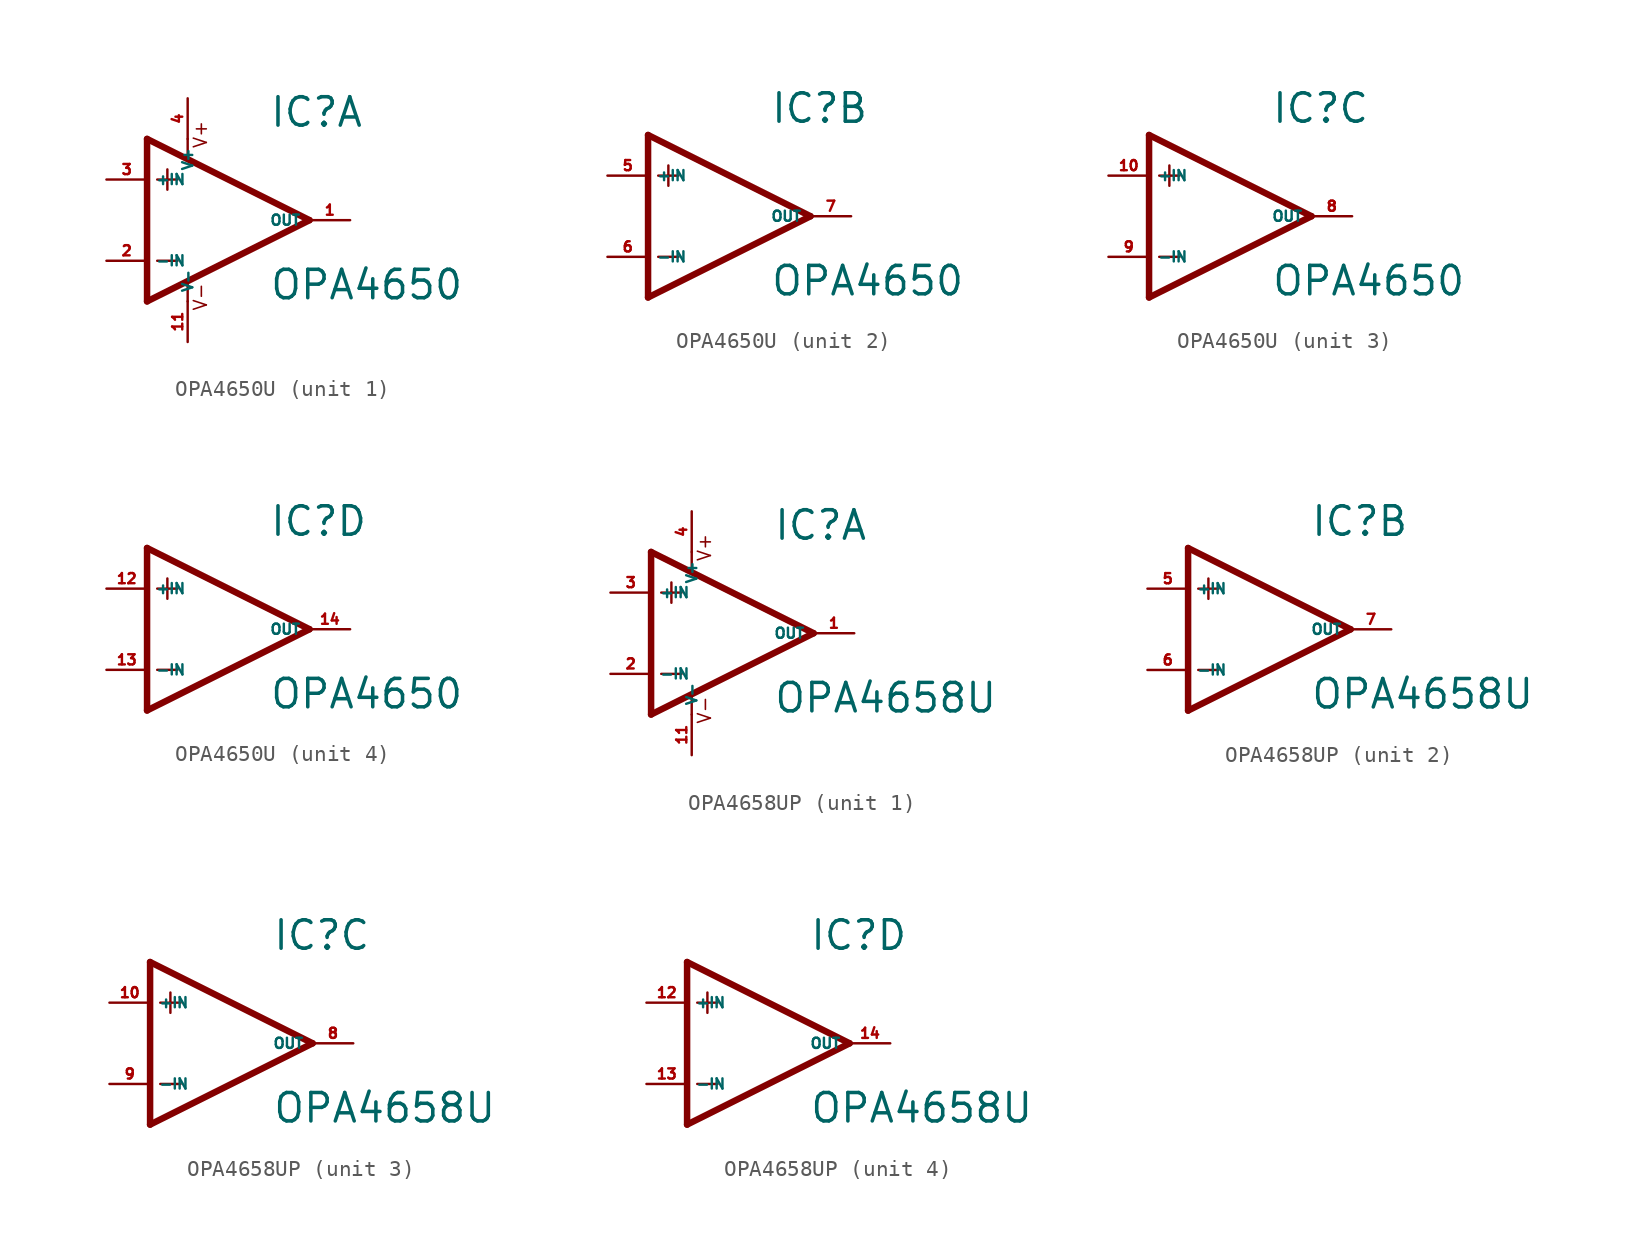
<source format=kicad_sym>
(kicad_symbol_lib
  (version 20220914)
  (generator Eagle2Kicad)
  (symbol "OPA4650U"
    (property "Reference" "IC"
      (at 2.54 5.715 0)
      (effects (font (size 1.778 1.778) (thickness 0.22)) (justify left bottom)))
    (property "Value" "OPA4650"
      (at 2.54 -5.08 0)
      (effects (font (size 1.778 1.778) (thickness 0.22)) (justify left bottom)))
    (symbol "OPA4650U_1_0"
      (polyline (pts (xy -3.81 3.175) (xy -3.81 1.905)) (stroke (width 0.152) (type default)) (fill (type none)))
      (polyline (pts (xy -4.445 2.54) (xy -3.175 2.54)) (stroke (width 0.152) (type default)) (fill (type none)))
      (polyline (pts (xy -4.445 -2.54) (xy -3.175 -2.54)) (stroke (width 0.152) (type default)) (fill (type none)))
      (polyline (pts (xy -2.54 5.08) (xy -2.54 3.886)) (stroke (width 0.152) (type default)) (fill (type none)))
      (polyline (pts (xy -2.54 -3.912) (xy -2.54 -5.08)) (stroke (width 0.152) (type default)) (fill (type none)))
      (polyline (pts (xy 5.08 0) (xy -5.08 5.08)) (stroke (width 0.406) (type default)) (fill (type none)))
      (polyline (pts (xy -5.08 5.08) (xy -5.08 -5.08)) (stroke (width 0.406) (type default)) (fill (type none)))
      (polyline (pts (xy -5.08 -5.08) (xy 5.08 0)) (stroke (width 0.406) (type default)) (fill (type none)))
      (text "V+" (at -1.27 4.445 900) (effects (font (size 0.813 0.813) (thickness 0.10)) (justify left bottom)))
      (text "V-" (at -1.27 -5.715 900) (effects (font (size 0.813 0.813) (thickness 0.10)) (justify left bottom)))
      (pin input line (at -7.62 -2.54 0) (length 2.54) (name "-IN" (effects (font (size 0.635 0.635) (thickness 0.08)) (justify left bottom))) (number "2" (effects (font (size 0.635 0.635) (thickness 0.08)) (justify left bottom))))
      (pin input line (at -7.62 2.54 0) (length 2.54) (name "+IN" (effects (font (size 0.635 0.635) (thickness 0.08)) (justify left bottom))) (number "3" (effects (font (size 0.635 0.635) (thickness 0.08)) (justify left bottom))))
      (pin output line (at 7.62 0 180) (length 2.54) (name "OUT" (effects (font (size 0.635 0.635) (thickness 0.08)) (justify left bottom))) (number "1" (effects (font (size 0.635 0.635) (thickness 0.08)) (justify left bottom))))
      (pin unspecified line (at -2.54 7.62 270) (length 2.54) (name "V+" (effects (font (size 0.635 0.635) (thickness 0.08)) (justify left bottom))) (number "4" (effects (font (size 0.635 0.635) (thickness 0.08)) (justify left bottom))))
      (pin unspecified line (at -2.54 -7.62 90) (length 2.54) (name "V-" (effects (font (size 0.635 0.635) (thickness 0.08)) (justify left bottom))) (number "11" (effects (font (size 0.635 0.635) (thickness 0.08)) (justify left bottom)))))
    (symbol "OPA4650U_2_0"
      (polyline (pts (xy -3.81 3.175) (xy -3.81 1.905)) (stroke (width 0.152) (type default)) (fill (type none)))
      (polyline (pts (xy -4.445 2.54) (xy -3.175 2.54)) (stroke (width 0.152) (type default)) (fill (type none)))
      (polyline (pts (xy -4.445 -2.54) (xy -3.175 -2.54)) (stroke (width 0.152) (type default)) (fill (type none)))
      (polyline (pts (xy 5.08 0) (xy -5.08 5.08)) (stroke (width 0.406) (type default)) (fill (type none)))
      (polyline (pts (xy -5.08 5.08) (xy -5.08 -5.08)) (stroke (width 0.406) (type default)) (fill (type none)))
      (polyline (pts (xy -5.08 -5.08) (xy 5.08 0)) (stroke (width 0.406) (type default)) (fill (type none)))
      (pin input line (at -7.62 -2.54 0) (length 2.54) (name "-IN" (effects (font (size 0.635 0.635) (thickness 0.08)) (justify left bottom))) (number "6" (effects (font (size 0.635 0.635) (thickness 0.08)) (justify left bottom))))
      (pin input line (at -7.62 2.54 0) (length 2.54) (name "+IN" (effects (font (size 0.635 0.635) (thickness 0.08)) (justify left bottom))) (number "5" (effects (font (size 0.635 0.635) (thickness 0.08)) (justify left bottom))))
      (pin output line (at 7.62 0 180) (length 2.54) (name "OUT" (effects (font (size 0.635 0.635) (thickness 0.08)) (justify left bottom))) (number "7" (effects (font (size 0.635 0.635) (thickness 0.08)) (justify left bottom)))))
    (symbol "OPA4650U_3_0"
      (polyline (pts (xy -3.81 3.175) (xy -3.81 1.905)) (stroke (width 0.152) (type default)) (fill (type none)))
      (polyline (pts (xy -4.445 2.54) (xy -3.175 2.54)) (stroke (width 0.152) (type default)) (fill (type none)))
      (polyline (pts (xy -4.445 -2.54) (xy -3.175 -2.54)) (stroke (width 0.152) (type default)) (fill (type none)))
      (polyline (pts (xy 5.08 0) (xy -5.08 5.08)) (stroke (width 0.406) (type default)) (fill (type none)))
      (polyline (pts (xy -5.08 5.08) (xy -5.08 -5.08)) (stroke (width 0.406) (type default)) (fill (type none)))
      (polyline (pts (xy -5.08 -5.08) (xy 5.08 0)) (stroke (width 0.406) (type default)) (fill (type none)))
      (pin input line (at -7.62 -2.54 0) (length 2.54) (name "-IN" (effects (font (size 0.635 0.635) (thickness 0.08)) (justify left bottom))) (number "9" (effects (font (size 0.635 0.635) (thickness 0.08)) (justify left bottom))))
      (pin input line (at -7.62 2.54 0) (length 2.54) (name "+IN" (effects (font (size 0.635 0.635) (thickness 0.08)) (justify left bottom))) (number "10" (effects (font (size 0.635 0.635) (thickness 0.08)) (justify left bottom))))
      (pin output line (at 7.62 0 180) (length 2.54) (name "OUT" (effects (font (size 0.635 0.635) (thickness 0.08)) (justify left bottom))) (number "8" (effects (font (size 0.635 0.635) (thickness 0.08)) (justify left bottom)))))
    (symbol "OPA4650U_4_0"
      (polyline (pts (xy -3.81 3.175) (xy -3.81 1.905)) (stroke (width 0.152) (type default)) (fill (type none)))
      (polyline (pts (xy -4.445 2.54) (xy -3.175 2.54)) (stroke (width 0.152) (type default)) (fill (type none)))
      (polyline (pts (xy -4.445 -2.54) (xy -3.175 -2.54)) (stroke (width 0.152) (type default)) (fill (type none)))
      (polyline (pts (xy 5.08 0) (xy -5.08 5.08)) (stroke (width 0.406) (type default)) (fill (type none)))
      (polyline (pts (xy -5.08 5.08) (xy -5.08 -5.08)) (stroke (width 0.406) (type default)) (fill (type none)))
      (polyline (pts (xy -5.08 -5.08) (xy 5.08 0)) (stroke (width 0.406) (type default)) (fill (type none)))
      (pin input line (at -7.62 -2.54 0) (length 2.54) (name "-IN" (effects (font (size 0.635 0.635) (thickness 0.08)) (justify left bottom))) (number "13" (effects (font (size 0.635 0.635) (thickness 0.08)) (justify left bottom))))
      (pin input line (at -7.62 2.54 0) (length 2.54) (name "+IN" (effects (font (size 0.635 0.635) (thickness 0.08)) (justify left bottom))) (number "12" (effects (font (size 0.635 0.635) (thickness 0.08)) (justify left bottom))))
      (pin output line (at 7.62 0 180) (length 2.54) (name "OUT" (effects (font (size 0.635 0.635) (thickness 0.08)) (justify left bottom))) (number "14" (effects (font (size 0.635 0.635) (thickness 0.08)) (justify left bottom))))))
  (symbol "OPA4658UP"
    (property "Reference" "IC"
      (at 2.54 5.715 0)
      (effects (font (size 1.778 1.778) (thickness 0.22)) (justify left bottom)))
    (property "Value" "OPA4658U"
      (at 2.54 -5.08 0)
      (effects (font (size 1.778 1.778) (thickness 0.22)) (justify left bottom)))
    (symbol "OPA4658UP_1_0"
      (polyline (pts (xy -3.81 3.175) (xy -3.81 1.905)) (stroke (width 0.152) (type default)) (fill (type none)))
      (polyline (pts (xy -4.445 2.54) (xy -3.175 2.54)) (stroke (width 0.152) (type default)) (fill (type none)))
      (polyline (pts (xy -4.445 -2.54) (xy -3.175 -2.54)) (stroke (width 0.152) (type default)) (fill (type none)))
      (polyline (pts (xy -2.54 5.08) (xy -2.54 3.886)) (stroke (width 0.152) (type default)) (fill (type none)))
      (polyline (pts (xy -2.54 -3.912) (xy -2.54 -5.08)) (stroke (width 0.152) (type default)) (fill (type none)))
      (polyline (pts (xy 5.08 0) (xy -5.08 5.08)) (stroke (width 0.406) (type default)) (fill (type none)))
      (polyline (pts (xy -5.08 5.08) (xy -5.08 -5.08)) (stroke (width 0.406) (type default)) (fill (type none)))
      (polyline (pts (xy -5.08 -5.08) (xy 5.08 0)) (stroke (width 0.406) (type default)) (fill (type none)))
      (text "V+" (at -1.27 4.445 900) (effects (font (size 0.813 0.813) (thickness 0.10)) (justify left bottom)))
      (text "V-" (at -1.27 -5.715 900) (effects (font (size 0.813 0.813) (thickness 0.10)) (justify left bottom)))
      (pin input line (at -7.62 -2.54 0) (length 2.54) (name "-IN" (effects (font (size 0.635 0.635) (thickness 0.08)) (justify left bottom))) (number "2" (effects (font (size 0.635 0.635) (thickness 0.08)) (justify left bottom))))
      (pin input line (at -7.62 2.54 0) (length 2.54) (name "+IN" (effects (font (size 0.635 0.635) (thickness 0.08)) (justify left bottom))) (number "3" (effects (font (size 0.635 0.635) (thickness 0.08)) (justify left bottom))))
      (pin output line (at 7.62 0 180) (length 2.54) (name "OUT" (effects (font (size 0.635 0.635) (thickness 0.08)) (justify left bottom))) (number "1" (effects (font (size 0.635 0.635) (thickness 0.08)) (justify left bottom))))
      (pin unspecified line (at -2.54 7.62 270) (length 2.54) (name "V+" (effects (font (size 0.635 0.635) (thickness 0.08)) (justify left bottom))) (number "4" (effects (font (size 0.635 0.635) (thickness 0.08)) (justify left bottom))))
      (pin unspecified line (at -2.54 -7.62 90) (length 2.54) (name "V-" (effects (font (size 0.635 0.635) (thickness 0.08)) (justify left bottom))) (number "11" (effects (font (size 0.635 0.635) (thickness 0.08)) (justify left bottom)))))
    (symbol "OPA4658UP_2_0"
      (polyline (pts (xy -3.81 3.175) (xy -3.81 1.905)) (stroke (width 0.152) (type default)) (fill (type none)))
      (polyline (pts (xy -4.445 2.54) (xy -3.175 2.54)) (stroke (width 0.152) (type default)) (fill (type none)))
      (polyline (pts (xy -4.445 -2.54) (xy -3.175 -2.54)) (stroke (width 0.152) (type default)) (fill (type none)))
      (polyline (pts (xy 5.08 0) (xy -5.08 5.08)) (stroke (width 0.406) (type default)) (fill (type none)))
      (polyline (pts (xy -5.08 5.08) (xy -5.08 -5.08)) (stroke (width 0.406) (type default)) (fill (type none)))
      (polyline (pts (xy -5.08 -5.08) (xy 5.08 0)) (stroke (width 0.406) (type default)) (fill (type none)))
      (pin input line (at -7.62 -2.54 0) (length 2.54) (name "-IN" (effects (font (size 0.635 0.635) (thickness 0.08)) (justify left bottom))) (number "6" (effects (font (size 0.635 0.635) (thickness 0.08)) (justify left bottom))))
      (pin input line (at -7.62 2.54 0) (length 2.54) (name "+IN" (effects (font (size 0.635 0.635) (thickness 0.08)) (justify left bottom))) (number "5" (effects (font (size 0.635 0.635) (thickness 0.08)) (justify left bottom))))
      (pin output line (at 7.62 0 180) (length 2.54) (name "OUT" (effects (font (size 0.635 0.635) (thickness 0.08)) (justify left bottom))) (number "7" (effects (font (size 0.635 0.635) (thickness 0.08)) (justify left bottom)))))
    (symbol "OPA4658UP_3_0"
      (polyline (pts (xy -3.81 3.175) (xy -3.81 1.905)) (stroke (width 0.152) (type default)) (fill (type none)))
      (polyline (pts (xy -4.445 2.54) (xy -3.175 2.54)) (stroke (width 0.152) (type default)) (fill (type none)))
      (polyline (pts (xy -4.445 -2.54) (xy -3.175 -2.54)) (stroke (width 0.152) (type default)) (fill (type none)))
      (polyline (pts (xy 5.08 0) (xy -5.08 5.08)) (stroke (width 0.406) (type default)) (fill (type none)))
      (polyline (pts (xy -5.08 5.08) (xy -5.08 -5.08)) (stroke (width 0.406) (type default)) (fill (type none)))
      (polyline (pts (xy -5.08 -5.08) (xy 5.08 0)) (stroke (width 0.406) (type default)) (fill (type none)))
      (pin input line (at -7.62 -2.54 0) (length 2.54) (name "-IN" (effects (font (size 0.635 0.635) (thickness 0.08)) (justify left bottom))) (number "9" (effects (font (size 0.635 0.635) (thickness 0.08)) (justify left bottom))))
      (pin input line (at -7.62 2.54 0) (length 2.54) (name "+IN" (effects (font (size 0.635 0.635) (thickness 0.08)) (justify left bottom))) (number "10" (effects (font (size 0.635 0.635) (thickness 0.08)) (justify left bottom))))
      (pin output line (at 7.62 0 180) (length 2.54) (name "OUT" (effects (font (size 0.635 0.635) (thickness 0.08)) (justify left bottom))) (number "8" (effects (font (size 0.635 0.635) (thickness 0.08)) (justify left bottom)))))
    (symbol "OPA4658UP_4_0"
      (polyline (pts (xy -3.81 3.175) (xy -3.81 1.905)) (stroke (width 0.152) (type default)) (fill (type none)))
      (polyline (pts (xy -4.445 2.54) (xy -3.175 2.54)) (stroke (width 0.152) (type default)) (fill (type none)))
      (polyline (pts (xy -4.445 -2.54) (xy -3.175 -2.54)) (stroke (width 0.152) (type default)) (fill (type none)))
      (polyline (pts (xy 5.08 0) (xy -5.08 5.08)) (stroke (width 0.406) (type default)) (fill (type none)))
      (polyline (pts (xy -5.08 5.08) (xy -5.08 -5.08)) (stroke (width 0.406) (type default)) (fill (type none)))
      (polyline (pts (xy -5.08 -5.08) (xy 5.08 0)) (stroke (width 0.406) (type default)) (fill (type none)))
      (pin input line (at -7.62 -2.54 0) (length 2.54) (name "-IN" (effects (font (size 0.635 0.635) (thickness 0.08)) (justify left bottom))) (number "13" (effects (font (size 0.635 0.635) (thickness 0.08)) (justify left bottom))))
      (pin input line (at -7.62 2.54 0) (length 2.54) (name "+IN" (effects (font (size 0.635 0.635) (thickness 0.08)) (justify left bottom))) (number "12" (effects (font (size 0.635 0.635) (thickness 0.08)) (justify left bottom))))
      (pin output line (at 7.62 0 180) (length 2.54) (name "OUT" (effects (font (size 0.635 0.635) (thickness 0.08)) (justify left bottom))) (number "14" (effects (font (size 0.635 0.635) (thickness 0.08)) (justify left bottom)))))))
</source>
